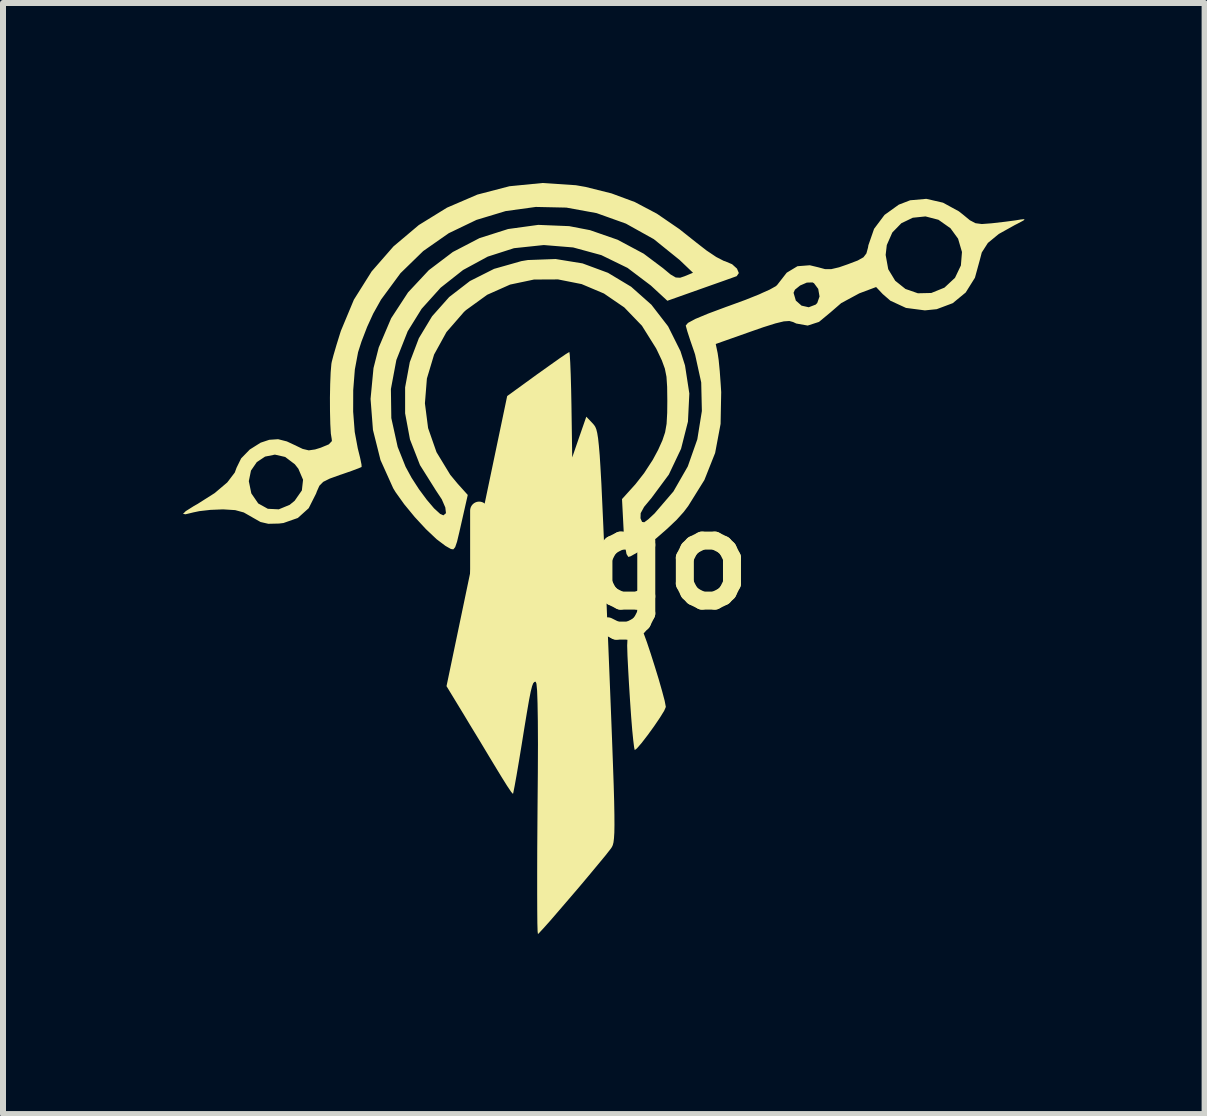
<source format=kicad_pcb>
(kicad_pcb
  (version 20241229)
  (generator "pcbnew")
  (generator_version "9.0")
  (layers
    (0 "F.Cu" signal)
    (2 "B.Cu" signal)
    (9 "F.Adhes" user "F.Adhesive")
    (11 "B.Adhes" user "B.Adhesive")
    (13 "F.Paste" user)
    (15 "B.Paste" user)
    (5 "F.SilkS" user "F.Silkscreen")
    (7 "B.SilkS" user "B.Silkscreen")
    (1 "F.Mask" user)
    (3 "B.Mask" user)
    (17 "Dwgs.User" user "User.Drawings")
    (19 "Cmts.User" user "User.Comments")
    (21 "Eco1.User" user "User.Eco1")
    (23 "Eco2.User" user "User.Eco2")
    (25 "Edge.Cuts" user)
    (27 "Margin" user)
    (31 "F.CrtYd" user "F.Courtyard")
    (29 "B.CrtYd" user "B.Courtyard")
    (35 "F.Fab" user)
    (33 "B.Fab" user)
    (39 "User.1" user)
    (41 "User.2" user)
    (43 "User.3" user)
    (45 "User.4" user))
  (footprint "logo"
    (layer "F.Cu")
    (at 7.007 6.282)
    (property "Reference" "logo" (at 0 0 0) (layer "F.SilkS") (effects (font (size 1.5 1.5) (thickness 0.3))))
    (attr board_only exclude_from_pos_files exclude_from_bom)
    (fp_poly (pts (xy 0.644 1.171) (xy 0.675 1.235) (xy 0.725 1.372) (xy 0.787 1.558) (xy 0.855 1.772) (xy 0.922 1.99) (xy 0.979 2.19) (xy 1.021 2.348) (xy 1.039 2.443) (xy 1.04 2.451) (xy 1.013 2.514) (xy 0.942 2.629) (xy 0.845 2.772) (xy 0.737 2.921) (xy 0.636 3.052) (xy 0.558 3.142) (xy 0.522 3.169) (xy 0.512 3.124) (xy 0.497 3.004) (xy 0.48 2.835) (xy 0.478 2.81) (xy 0.462 2.61) (xy 0.444 2.348) (xy 0.426 2.063) (xy 0.414 1.85) (xy 0.401 1.597) (xy 0.396 1.426) (xy 0.401 1.317) (xy 0.419 1.253) (xy 0.45 1.215) (xy 0.493 1.189) (xy 0.591 1.159)) (stroke (width 0) (type solid)) (fill yes) (layer "F.SilkS"))
    (fp_poly (pts (xy -0.561 -3.419) (xy -0.553 -3.289) (xy -0.545 -3.091) (xy -0.538 -2.842) (xy -0.533 -2.587) (xy -0.52 -1.708) (xy -0.403 -2.048) (xy -0.285 -2.387) (xy -0.175 -2.271) (xy -0.154 -2.246) (xy -0.135 -2.217) (xy -0.118 -2.175) (xy -0.103 -2.114) (xy -0.089 -2.027) (xy -0.076 -1.907) (xy -0.062 -1.745) (xy -0.049 -1.537) (xy -0.034 -1.273) (xy -0.019 -0.948) (xy -0.001 -0.554) (xy 0.019 -0.083) (xy 0.042 0.47) (xy 0.068 1.114) (xy 0.075 1.27) (xy 0.102 1.935) (xy 0.125 2.508) (xy 0.144 2.996) (xy 0.159 3.406) (xy 0.171 3.747) (xy 0.179 4.024) (xy 0.183 4.244) (xy 0.184 4.416) (xy 0.182 4.545) (xy 0.176 4.64) (xy 0.168 4.707) (xy 0.156 4.754) (xy 0.141 4.786) (xy 0.123 4.813) (xy 0.119 4.818) (xy 0.036 4.924) (xy -0.089 5.075) (xy -0.241 5.258) (xy -0.41 5.459) (xy -0.584 5.662) (xy -0.749 5.854) (xy -0.894 6.022) (xy -1.008 6.149) (xy -1.077 6.223) (xy -1.091 6.236) (xy -1.097 6.189) (xy -1.101 6.053) (xy -1.103 5.838) (xy -1.104 5.554) (xy -1.104 5.213) (xy -1.103 4.822) (xy -1.1 4.394) (xy -1.098 4.134) (xy -1.093 3.554) (xy -1.091 3.071) (xy -1.093 2.683) (xy -1.098 2.387) (xy -1.105 2.181) (xy -1.116 2.063) (xy -1.129 2.03) (xy -1.151 2.034) (xy -1.17 2.055) (xy -1.189 2.105) (xy -1.212 2.196) (xy -1.24 2.339) (xy -1.276 2.548) (xy -1.323 2.833) (xy -1.365 3.095) (xy -1.409 3.362) (xy -1.448 3.592) (xy -1.48 3.769) (xy -1.501 3.876) (xy -1.507 3.9) (xy -1.537 3.867) (xy -1.605 3.766) (xy -1.7 3.614) (xy -1.767 3.504) (xy -1.902 3.281) (xy -2.063 3.013) (xy -2.227 2.744) (xy -2.314 2.599) (xy -2.615 2.104) (xy -2.11 -0.314) (xy -1.604 -2.731) (xy -1.097 -3.099) (xy -0.903 -3.237) (xy -0.741 -3.352) (xy -0.624 -3.432) (xy -0.57 -3.465) (xy -0.568 -3.466)) (stroke (width 0) (type solid)) (fill yes) (layer "F.SilkS"))
    (fp_poly (pts (xy -0.459 -6.245) (xy -0.299 -6.217) (xy 0.134 -6.109) (xy 0.523 -5.965) (xy 0.892 -5.77) (xy 1.267 -5.513) (xy 1.549 -5.289) (xy 1.719 -5.157) (xy 1.88 -5.049) (xy 2.004 -4.985) (xy 2.032 -4.976) (xy 2.145 -4.928) (xy 2.226 -4.855) (xy 2.257 -4.781) (xy 2.222 -4.73) (xy 2.218 -4.728) (xy 2.148 -4.703) (xy 2.006 -4.652) (xy 1.813 -4.584) (xy 1.61 -4.512) (xy 1.066 -4.319) (xy 0.791 -4.573) (xy 0.402 -4.867) (xy -0.035 -5.08) (xy -0.505 -5.208) (xy -0.994 -5.248) (xy -1.486 -5.196) (xy -1.495 -5.194) (xy -1.928 -5.055) (xy -2.339 -4.832) (xy -2.713 -4.537) (xy -3.03 -4.185) (xy -3.262 -3.811) (xy -3.451 -3.332) (xy -3.542 -2.848) (xy -3.535 -2.364) (xy -3.429 -1.883) (xy -3.297 -1.552) (xy -3.198 -1.37) (xy -3.076 -1.181) (xy -2.946 -1.005) (xy -2.823 -0.86) (xy -2.721 -0.767) (xy -2.667 -0.743) (xy -2.624 -0.779) (xy -2.635 -0.874) (xy -2.694 -1.01) (xy -2.797 -1.166) (xy -2.8 -1.171) (xy -3.057 -1.58) (xy -3.224 -2.008) (xy -3.305 -2.443) (xy -3.305 -2.876) (xy -3.227 -3.297) (xy -3.076 -3.695) (xy -2.856 -4.06) (xy -2.571 -4.381) (xy -2.225 -4.648) (xy -1.822 -4.851) (xy -1.367 -4.98) (xy -1.26 -4.998) (xy -0.797 -5.015) (xy -0.348 -4.942) (xy 0.076 -4.785) (xy 0.462 -4.553) (xy 0.8 -4.253) (xy 1.078 -3.893) (xy 1.284 -3.48) (xy 1.36 -3.241) (xy 1.432 -2.773) (xy 1.409 -2.306) (xy 1.294 -1.852) (xy 1.09 -1.422) (xy 0.801 -1.032) (xy 0.678 -0.884) (xy 0.621 -0.779) (xy 0.618 -0.697) (xy 0.62 -0.689) (xy 0.644 -0.634) (xy 0.68 -0.627) (xy 0.748 -0.677) (xy 0.853 -0.775) (xy 1.167 -1.141) (xy 1.406 -1.558) (xy 1.565 -2.01) (xy 1.641 -2.482) (xy 1.63 -2.958) (xy 1.528 -3.423) (xy 1.511 -3.475) (xy 1.448 -3.657) (xy 1.399 -3.808) (xy 1.374 -3.899) (xy 1.372 -3.906) (xy 1.409 -3.95) (xy 1.531 -4.016) (xy 1.742 -4.104) (xy 2.045 -4.217) (xy 2.104 -4.238) (xy 2.369 -4.335) (xy 2.596 -4.426) (xy 2.652 -4.452) (xy 3.169 -4.452) (xy 3.207 -4.322) (xy 3.302 -4.238) (xy 3.422 -4.211) (xy 3.537 -4.255) (xy 3.564 -4.282) (xy 3.602 -4.391) (xy 3.58 -4.517) (xy 3.51 -4.611) (xy 3.484 -4.625) (xy 3.39 -4.622) (xy 3.279 -4.574) (xy 3.192 -4.504) (xy 3.169 -4.452) (xy 2.652 -4.452) (xy 2.771 -4.505) (xy 2.875 -4.563) (xy 2.896 -4.583) (xy 3.055 -4.787) (xy 3.234 -4.895) (xy 3.44 -4.911) (xy 3.581 -4.877) (xy 3.692 -4.847) (xy 3.796 -4.846) (xy 3.928 -4.877) (xy 4.072 -4.927) (xy 4.238 -4.99) (xy 4.334 -5.044) (xy 4.364 -5.083) (xy 4.704 -5.083) (xy 4.747 -4.845) (xy 4.863 -4.653) (xy 5.034 -4.516) (xy 5.241 -4.444) (xy 5.465 -4.449) (xy 5.684 -4.538) (xy 5.86 -4.702) (xy 5.958 -4.908) (xy 5.976 -5.132) (xy 5.911 -5.354) (xy 5.784 -5.528) (xy 5.584 -5.669) (xy 5.368 -5.725) (xy 5.156 -5.703) (xy 4.965 -5.611) (xy 4.815 -5.457) (xy 4.723 -5.248) (xy 4.704 -5.083) (xy 4.364 -5.083) (xy 4.383 -5.108) (xy 4.41 -5.206) (xy 4.416 -5.244) (xy 4.511 -5.518) (xy 4.685 -5.75) (xy 4.923 -5.921) (xy 5.112 -5.994) (xy 5.382 -6.018) (xy 5.66 -5.954) (xy 5.924 -5.81) (xy 5.99 -5.758) (xy 6.108 -5.661) (xy 6.201 -5.612) (xy 6.307 -5.598) (xy 6.465 -5.61) (xy 6.502 -5.614) (xy 6.693 -5.636) (xy 6.867 -5.659) (xy 6.957 -5.674) (xy 7.02 -5.68) (xy 7.003 -5.658) (xy 6.9 -5.603) (xy 6.858 -5.582) (xy 6.589 -5.432) (xy 6.408 -5.283) (xy 6.306 -5.124) (xy 6.276 -5.009) (xy 6.192 -4.703) (xy 6.038 -4.457) (xy 5.822 -4.279) (xy 5.555 -4.179) (xy 5.358 -4.159) (xy 5.043 -4.2) (xy 4.783 -4.32) (xy 4.655 -4.431) (xy 4.545 -4.548) (xy 4.265 -4.443) (xy 3.963 -4.28) (xy 3.784 -4.125) (xy 3.593 -3.967) (xy 3.405 -3.906) (xy 3.214 -3.94) (xy 3.161 -3.965) (xy 3.099 -3.982) (xy 3.007 -3.976) (xy 2.867 -3.942) (xy 2.664 -3.878) (xy 2.466 -3.809) (xy 1.872 -3.599) (xy 1.904 -3.446) (xy 1.921 -3.33) (xy 1.939 -3.146) (xy 1.955 -2.924) (xy 1.963 -2.797) (xy 1.953 -2.267) (xy 1.862 -1.783) (xy 1.683 -1.332) (xy 1.413 -0.898) (xy 1.338 -0.799) (xy 1.221 -0.669) (xy 1.065 -0.521) (xy 0.891 -0.369) (xy 0.717 -0.231) (xy 0.564 -0.123) (xy 0.452 -0.06) (xy 0.415 -0.05) (xy 0.385 -0.098) (xy 0.359 -0.237) (xy 0.339 -0.46) (xy 0.335 -0.532) (xy 0.31 -1.014) (xy 0.534 -1.262) (xy 0.678 -1.446) (xy 0.822 -1.667) (xy 0.911 -1.832) (xy 0.983 -1.992) (xy 1.028 -2.126) (xy 1.053 -2.268) (xy 1.063 -2.451) (xy 1.065 -2.651) (xy 1.062 -2.885) (xy 1.051 -3.053) (xy 1.024 -3.188) (xy 0.974 -3.325) (xy 0.893 -3.496) (xy 0.878 -3.526) (xy 0.642 -3.903) (xy 0.348 -4.208) (xy 0.009 -4.44) (xy -0.363 -4.597) (xy -0.756 -4.675) (xy -1.157 -4.673) (xy -1.555 -4.589) (xy -1.937 -4.419) (xy -2.291 -4.163) (xy -2.324 -4.133) (xy -2.616 -3.797) (xy -2.822 -3.423) (xy -2.942 -3.023) (xy -2.975 -2.61) (xy -2.922 -2.197) (xy -2.782 -1.796) (xy -2.553 -1.419) (xy -2.431 -1.272) (xy -2.261 -1.083) (xy -2.347 -0.703) (xy -2.402 -0.461) (xy -2.44 -0.302) (xy -2.471 -0.212) (xy -2.502 -0.176) (xy -2.542 -0.182) (xy -2.6 -0.215) (xy -2.633 -0.234) (xy -2.779 -0.344) (xy -2.957 -0.512) (xy -3.145 -0.715) (xy -3.321 -0.929) (xy -3.464 -1.129) (xy -3.504 -1.195) (xy -3.715 -1.664) (xy -3.841 -2.166) (xy -3.881 -2.684) (xy -3.832 -3.197) (xy -3.745 -3.54) (xy -3.538 -4.027) (xy -3.256 -4.459) (xy -2.91 -4.829) (xy -2.51 -5.132) (xy -2.066 -5.363) (xy -1.588 -5.515) (xy -1.086 -5.584) (xy -0.571 -5.563) (xy -0.223 -5.496) (xy 0.237 -5.336) (xy 0.671 -5.104) (xy 0.991 -4.864) (xy 1.12 -4.757) (xy 1.206 -4.707) (xy 1.279 -4.703) (xy 1.353 -4.728) (xy 1.493 -4.786) (xy 1.27 -4.999) (xy 0.84 -5.346) (xy 0.375 -5.605) (xy -0.114 -5.78) (xy -0.618 -5.872) (xy -1.127 -5.883) (xy -1.629 -5.814) (xy -2.116 -5.667) (xy -2.578 -5.445) (xy -3.003 -5.148) (xy -3.382 -4.779) (xy -3.706 -4.339) (xy -3.837 -4.105) (xy -3.938 -3.884) (xy -4.032 -3.64) (xy -4.089 -3.462) (xy -4.143 -3.173) (xy -4.17 -2.83) (xy -4.171 -2.471) (xy -4.145 -2.133) (xy -4.094 -1.859) (xy -4.055 -1.702) (xy -4.032 -1.59) (xy -4.03 -1.549) (xy -4.081 -1.527) (xy -4.201 -1.482) (xy -4.365 -1.425) (xy -4.384 -1.419) (xy -4.562 -1.355) (xy -4.67 -1.301) (xy -4.734 -1.236) (xy -4.776 -1.142) (xy -4.789 -1.106) (xy -4.912 -0.862) (xy -5.093 -0.699) (xy -5.333 -0.615) (xy -5.408 -0.606) (xy -5.585 -0.602) (xy -5.715 -0.632) (xy -5.849 -0.708) (xy -5.857 -0.713) (xy -5.994 -0.791) (xy -6.137 -0.83) (xy -6.33 -0.842) (xy -6.353 -0.842) (xy -6.55 -0.834) (xy -6.734 -0.813) (xy -6.83 -0.793) (xy -6.963 -0.761) (xy -7.007 -0.767) (xy -6.961 -0.813) (xy -6.826 -0.898) (xy -6.764 -0.933) (xy -6.479 -1.114) (xy -6.27 -1.291) (xy -6.253 -1.313) (xy -5.91 -1.313) (xy -5.869 -1.112) (xy -5.867 -1.107) (xy -5.753 -0.941) (xy -5.593 -0.852) (xy -5.411 -0.843) (xy -5.229 -0.918) (xy -5.146 -0.986) (xy -5.026 -1.158) (xy -5.006 -1.336) (xy -5.084 -1.519) (xy -5.143 -1.594) (xy -5.304 -1.716) (xy -5.475 -1.755) (xy -5.639 -1.722) (xy -5.777 -1.63) (xy -5.874 -1.489) (xy -5.91 -1.313) (xy -6.253 -1.313) (xy -6.144 -1.456) (xy -6.115 -1.535) (xy -6.038 -1.692) (xy -5.894 -1.84) (xy -5.713 -1.954) (xy -5.569 -2.002) (xy -5.422 -2.012) (xy -5.276 -1.975) (xy -5.154 -1.918) (xy -5.012 -1.85) (xy -4.911 -1.826) (xy -4.806 -1.841) (xy -4.712 -1.87) (xy -4.577 -1.926) (xy -4.525 -1.981) (xy -4.529 -2.019) (xy -4.543 -2.106) (xy -4.552 -2.267) (xy -4.557 -2.475) (xy -4.558 -2.704) (xy -4.554 -2.93) (xy -4.546 -3.126) (xy -4.534 -3.267) (xy -4.528 -3.3) (xy -4.498 -3.415) (xy -4.447 -3.589) (xy -4.385 -3.788) (xy -4.375 -3.819) (xy -4.159 -4.337) (xy -3.863 -4.808) (xy -3.499 -5.225) (xy -3.077 -5.581) (xy -2.607 -5.871) (xy -2.1 -6.089) (xy -1.566 -6.228) (xy -1.015 -6.282)) (stroke (width 0) (type solid)) (fill yes) (layer "F.SilkS")))
  (gr_rect
    (start -3 -3)
    (end 17.027 15.518)
    (stroke (width 0.1) (type default))
    (fill no)
    (layer "Edge.Cuts")))
</source>
